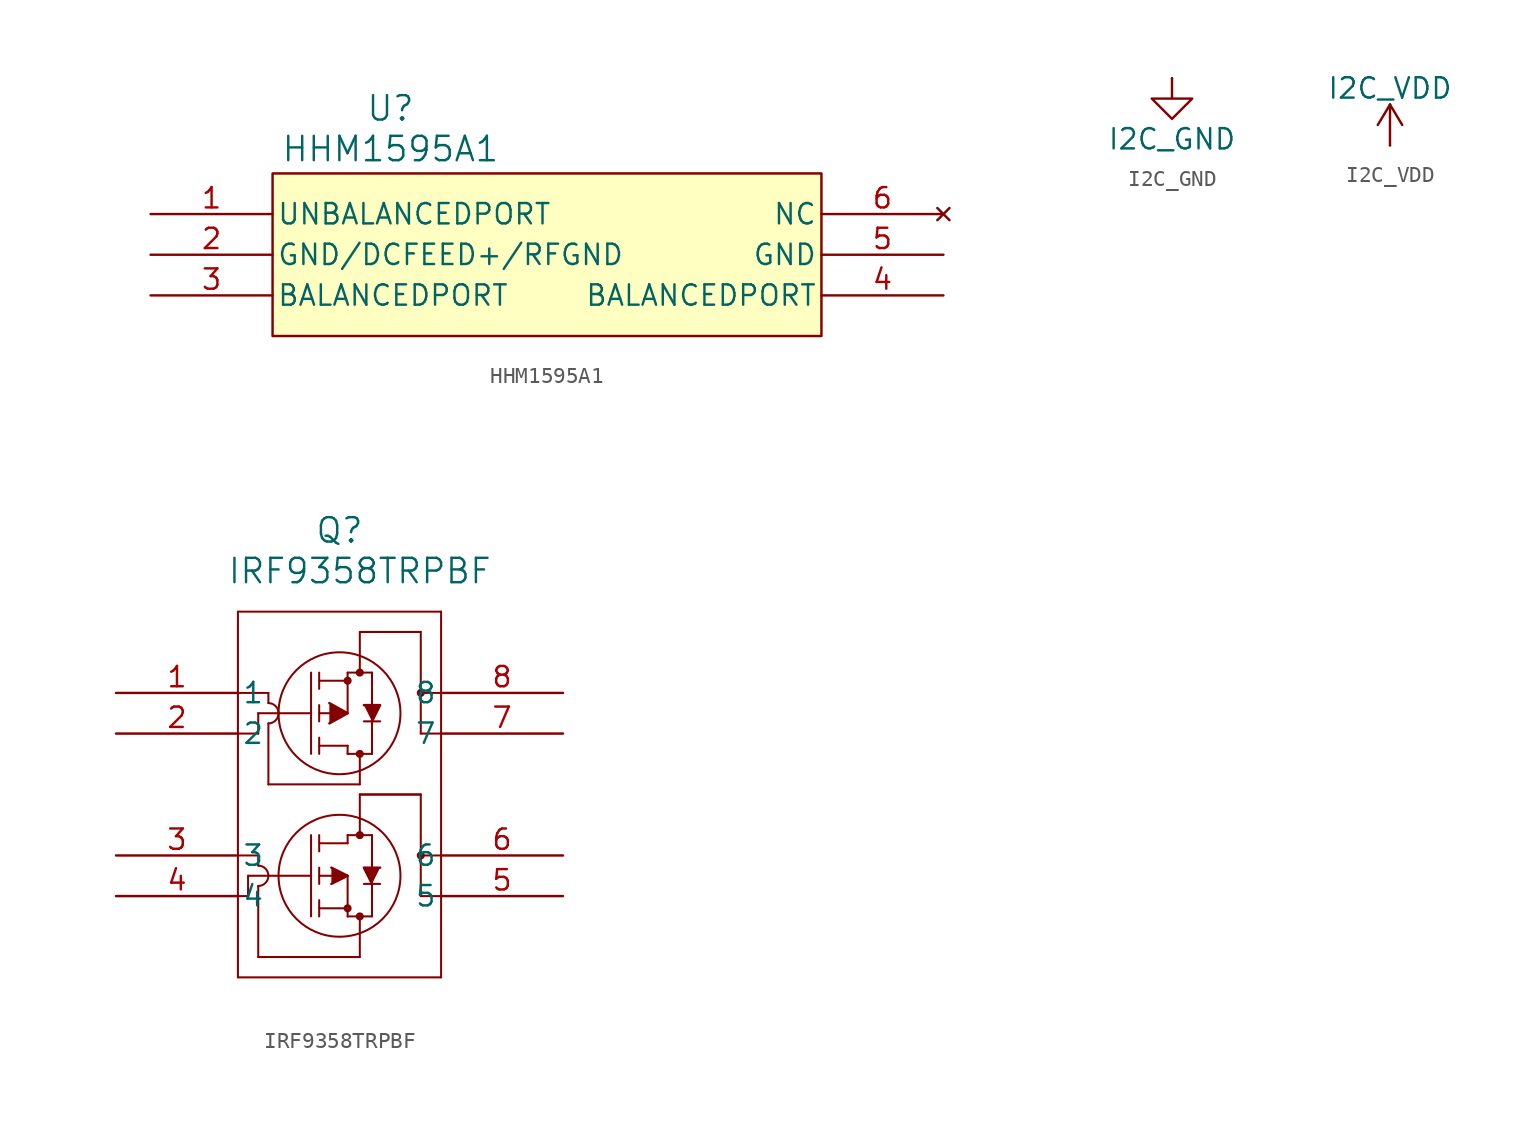
<source format=kicad_sym>
(kicad_symbol_lib
  (version 20241209)
  (generator "kicad_symbol_editor")
  (generator_version "9.0")
  (symbol "HHM1595A1"
    (pin_names
      (offset 0.254))
    (property "Reference" "U"
      (at 14.986 6.604 0)
      (effects (font (size 1.524 1.524))))
    (property "Value" "HHM1595A1"
      (at 14.986 4.064 0)
      (effects (font (size 1.524 1.524))))
    (property "ki_locked" ""
      (at 0 0 0)
      (effects (font (size 1.27 1.27))))
    (symbol "HHM1595A1_0_1"
      (pin unspecified line (at 0 0 0) (length 7.62) (name "UNBALANCEDPORT" (effects (font (size 1.27 1.27)))) (number "1" (effects (font (size 1.27 1.27)))))
      (pin unspecified line (at 0 -2.54 0) (length 7.62) (name "GND/DCFEED+/RFGND" (effects (font (size 1.27 1.27)))) (number "2" (effects (font (size 1.27 1.27)))))
      (pin unspecified line (at 0 -5.08 0) (length 7.62) (name "BALANCEDPORT" (effects (font (size 1.27 1.27)))) (number "3" (effects (font (size 1.27 1.27)))))
      (pin no_connect line (at 49.53 0 180) (length 7.62) (name "NC" (effects (font (size 1.27 1.27)))) (number "6" (effects (font (size 1.27 1.27)))))
      (pin power_in line (at 49.53 -2.54 180) (length 7.62) (name "GND" (effects (font (size 1.27 1.27)))) (number "5" (effects (font (size 1.27 1.27)))))
      (pin unspecified line (at 49.53 -5.08 180) (length 7.62) (name "BALANCEDPORT" (effects (font (size 1.27 1.27)))) (number "4" (effects (font (size 1.27 1.27))))))
    (symbol "HHM1595A1_1_1"
      (rectangle (start 7.62 2.54) (end 41.91 -7.62) (stroke (width 0) (type solid)) (fill (type background)))))
  (symbol "I2C_GND"
    (power)
    (pin_numbers
      (hide yes))
    (pin_names
      (offset 0)
      (hide yes))
    (property "Reference" "#PWR"
      (at 0 -6.35 0)
      (effects (font (size 1.27 1.27)) (hide yes)))
    (property "Value" "I2C_GND"
      (at 0 -3.81 0)
      (effects (font (size 1.27 1.27))))
    (symbol "I2C_GND_0_1"
      (polyline (pts (xy 0 0) (xy 0 -1.27) (xy 1.27 -1.27) (xy 0 -2.54) (xy -1.27 -1.27) (xy 0 -1.27)) (stroke (width 0) (type default)) (fill (type none))))
    (symbol "I2C_GND_1_1"
      (pin power_in line (at 0 0 270) (length 0) (name "~" (effects (font (size 1.27 1.27)))) (number "1" (effects (font (size 1.27 1.27)))))))
  (symbol "I2C_VDD"
    (power)
    (pin_numbers
      (hide yes))
    (pin_names
      (offset 0)
      (hide yes))
    (property "Reference" "#PWR"
      (at 0 -3.81 0)
      (effects (font (size 1.27 1.27)) (hide yes)))
    (property "Value" "I2C_VDD"
      (at 0 3.556 0)
      (effects (font (size 1.27 1.27))))
    (symbol "I2C_VDD_0_1"
      (polyline (pts (xy -0.762 1.27) (xy 0 2.54)) (stroke (width 0) (type default)) (fill (type none)))
      (polyline (pts (xy 0 2.54) (xy 0.762 1.27)) (stroke (width 0) (type default)) (fill (type none)))
      (polyline (pts (xy 0 0) (xy 0 2.54)) (stroke (width 0) (type default)) (fill (type none))))
    (symbol "I2C_VDD_1_1"
      (pin power_in line (at 0 0 90) (length 0) (name "~" (effects (font (size 1.27 1.27)))) (number "1" (effects (font (size 1.27 1.27)))))))
  (symbol "IRF9358TRPBF"
    (pin_names
      (offset 0.254))
    (property "Reference" "Q"
      (at 13.97 10.16 0)
      (effects (font (size 1.524 1.524))))
    (property "Value" "IRF9358TRPBF"
      (at 15.24 7.62 0)
      (effects (font (size 1.524 1.524))))
    (property "ki_locked" ""
      (at 0 0 0)
      (effects (font (size 1.27 1.27))))
    (symbol "IRF9358TRPBF_0_1"
      (polyline (pts (xy 7.62 5.08) (xy 7.62 -17.78)) (stroke (width 0.127) (type default)) (fill (type none)))
      (polyline (pts (xy 7.62 0) (xy 9.525 0)) (stroke (width 0.127) (type default)) (fill (type none)))
      (polyline (pts (xy 7.62 -2.54) (xy 8.89 -2.54)) (stroke (width 0.127) (type default)) (fill (type none)))
      (polyline (pts (xy 7.62 -10.16) (xy 8.89 -10.16)) (stroke (width 0.127) (type default)) (fill (type none)))
      (polyline (pts (xy 7.62 -12.7) (xy 8.255 -12.7)) (stroke (width 0.127) (type default)) (fill (type none)))
      (polyline (pts (xy 7.62 -17.78) (xy 20.32 -17.78)) (stroke (width 0.127) (type default)) (fill (type none)))
      (polyline (pts (xy 8.255 -11.43) (xy 12.192 -11.43)) (stroke (width 0.127) (type default)) (fill (type none)))
      (polyline (pts (xy 8.255 -12.7) (xy 8.255 -11.43)) (stroke (width 0.127) (type default)) (fill (type none)))
      (arc (start 8.89 -10.795) (mid 9.5222 -11.43) (end 8.89 -12.065) (stroke (width 0.127) (type default)) (fill (type none)))
      (polyline (pts (xy 8.89 -1.27) (xy 12.192 -1.27)) (stroke (width 0.127) (type default)) (fill (type none)))
      (polyline (pts (xy 8.89 -2.54) (xy 8.89 -1.27)) (stroke (width 0.127) (type default)) (fill (type none)))
      (polyline (pts (xy 8.89 -10.795) (xy 8.89 -10.16)) (stroke (width 0.127) (type default)) (fill (type none)))
      (polyline (pts (xy 8.89 -12.065) (xy 8.89 -16.51)) (stroke (width 0.127) (type default)) (fill (type none)))
      (polyline (pts (xy 8.89 -16.51) (xy 15.24 -16.51)) (stroke (width 0.127) (type default)) (fill (type none)))
      (arc (start 9.525 -0.635) (mid 10.1572 -1.27) (end 9.525 -1.905) (stroke (width 0.127) (type default)) (fill (type none)))
      (polyline (pts (xy 9.525 0) (xy 9.525 -0.635)) (stroke (width 0.127) (type default)) (fill (type none)))
      (polyline (pts (xy 9.525 -1.905) (xy 9.525 -5.715)) (stroke (width 0.127) (type default)) (fill (type none)))
      (polyline (pts (xy 12.192 1.27) (xy 12.192 -3.81)) (stroke (width 0.127) (type default)) (fill (type none)))
      (polyline (pts (xy 12.192 -13.97) (xy 12.192 -8.89)) (stroke (width 0.127) (type default)) (fill (type none)))
      (polyline (pts (xy 12.7 1.27) (xy 12.7 0.254)) (stroke (width 0.127) (type default)) (fill (type none)))
      (polyline (pts (xy 12.7 0.762) (xy 14.478 0.762)) (stroke (width 0.127) (type default)) (fill (type none)))
      (polyline (pts (xy 12.7 -0.762) (xy 12.7 -1.778)) (stroke (width 0.127) (type default)) (fill (type none)))
      (polyline (pts (xy 12.7 -1.27) (xy 14.478 -1.27)) (stroke (width 0.127) (type default)) (fill (type none)))
      (polyline (pts (xy 12.7 -2.794) (xy 12.7 -3.81)) (stroke (width 0.127) (type default)) (fill (type none)))
      (polyline (pts (xy 12.7 -3.302) (xy 14.478 -3.302)) (stroke (width 0.127) (type default)) (fill (type none)))
      (polyline (pts (xy 12.7 -9.398) (xy 14.478 -9.398)) (stroke (width 0.127) (type default)) (fill (type none)))
      (polyline (pts (xy 12.7 -9.906) (xy 12.7 -8.89)) (stroke (width 0.127) (type default)) (fill (type none)))
      (polyline (pts (xy 12.7 -11.43) (xy 14.478 -11.43)) (stroke (width 0.127) (type default)) (fill (type none)))
      (polyline (pts (xy 12.7 -11.938) (xy 12.7 -10.922)) (stroke (width 0.127) (type default)) (fill (type none)))
      (polyline (pts (xy 12.7 -13.462) (xy 14.478 -13.462)) (stroke (width 0.127) (type default)) (fill (type none)))
      (polyline (pts (xy 12.7 -13.97) (xy 12.7 -12.954)) (stroke (width 0.127) (type default)) (fill (type none)))
      (polyline (pts (xy 13.335 -1.905) (xy 14.478 -1.27) (xy 13.335 -0.635)) (stroke (width 0) (type default)) (fill (type outline)))
      (polyline (pts (xy 13.462 -10.922) (xy 14.478 -11.43) (xy 13.462 -11.938)) (stroke (width 0) (type default)) (fill (type outline)))
      (circle (center 13.97 -1.27) (radius 3.81) (stroke (width 0.127) (type default)) (fill (type none)))
      (circle (center 13.97 -11.43) (radius 3.81) (stroke (width 0.127) (type default)) (fill (type none)))
      (polyline (pts (xy 14.478 1.27) (xy 14.478 -1.27)) (stroke (width 0.127) (type default)) (fill (type none)))
      (polyline (pts (xy 14.478 1.27) (xy 16.002 1.27)) (stroke (width 0.127) (type default)) (fill (type none)))
      (circle (center 14.478 0.762) (radius 0.127) (stroke (width 0.254) (type default)) (fill (type none)))
      (polyline (pts (xy 14.478 -3.302) (xy 14.478 -3.81)) (stroke (width 0.127) (type default)) (fill (type none)))
      (polyline (pts (xy 14.478 -3.81) (xy 16.002 -3.81)) (stroke (width 0.127) (type default)) (fill (type none)))
      (polyline (pts (xy 14.478 -8.89) (xy 16.002 -8.89)) (stroke (width 0.127) (type default)) (fill (type none)))
      (polyline (pts (xy 14.478 -9.398) (xy 14.478 -8.89)) (stroke (width 0.127) (type default)) (fill (type none)))
      (circle (center 14.478 -13.462) (radius 0.127) (stroke (width 0.254) (type default)) (fill (type none)))
      (polyline (pts (xy 14.478 -13.97) (xy 14.478 -11.43)) (stroke (width 0.127) (type default)) (fill (type none)))
      (polyline (pts (xy 14.478 -13.97) (xy 16.002 -13.97)) (stroke (width 0.127) (type default)) (fill (type none)))
      (polyline (pts (xy 15.24 3.81) (xy 15.24 1.27)) (stroke (width 0.127) (type default)) (fill (type none)))
      (polyline (pts (xy 15.24 3.81) (xy 19.05 3.81)) (stroke (width 0.127) (type default)) (fill (type none)))
      (circle (center 15.24 1.27) (radius 0.127) (stroke (width 0.254) (type default)) (fill (type none)))
      (circle (center 15.24 -3.81) (radius 0.127) (stroke (width 0.254) (type default)) (fill (type none)))
      (polyline (pts (xy 15.24 -5.715) (xy 9.525 -5.715)) (stroke (width 0.127) (type default)) (fill (type none)))
      (polyline (pts (xy 15.24 -5.715) (xy 15.24 -3.81)) (stroke (width 0.127) (type default)) (fill (type none)))
      (polyline (pts (xy 15.24 -6.35) (xy 19.05 -6.35)) (stroke (width 0.127) (type default)) (fill (type none)))
      (polyline (pts (xy 15.24 -6.35) (xy 19.05 -6.35)) (stroke (width 0.127) (type default)) (fill (type none)))
      (polyline (pts (xy 15.24 -8.89) (xy 15.24 -6.35)) (stroke (width 0.127) (type default)) (fill (type none)))
      (circle (center 15.24 -8.89) (radius 0.127) (stroke (width 0.254) (type default)) (fill (type none)))
      (circle (center 15.24 -13.97) (radius 0.127) (stroke (width 0.254) (type default)) (fill (type none)))
      (polyline (pts (xy 15.24 -16.51) (xy 15.24 -13.97)) (stroke (width 0.127) (type default)) (fill (type none)))
      (polyline (pts (xy 15.494 -0.762) (xy 16.51 -0.762) (xy 16.002 -1.778)) (stroke (width 0) (type default)) (fill (type outline)))
      (polyline (pts (xy 15.494 -1.778) (xy 16.51 -1.778)) (stroke (width 0.127) (type default)) (fill (type none)))
      (polyline (pts (xy 16.002 1.27) (xy 16.002 -3.81)) (stroke (width 0.127) (type default)) (fill (type none)))
      (polyline (pts (xy 16.002 -13.97) (xy 16.002 -8.89)) (stroke (width 0.127) (type default)) (fill (type none)))
      (polyline (pts (xy 16.51 -10.922) (xy 15.494 -10.922) (xy 16.002 -11.938)) (stroke (width 0) (type default)) (fill (type outline)))
      (polyline (pts (xy 16.51 -11.938) (xy 15.494 -11.938)) (stroke (width 0.127) (type default)) (fill (type none)))
      (polyline (pts (xy 19.05 3.81) (xy 19.05 -2.54)) (stroke (width 0.127) (type default)) (fill (type none)))
      (polyline (pts (xy 19.05 0) (xy 20.32 0)) (stroke (width 0.127) (type default)) (fill (type none)))
      (circle (center 19.05 0) (radius 0.127) (stroke (width 0.254) (type default)) (fill (type none)))
      (polyline (pts (xy 19.05 -2.54) (xy 20.32 -2.54)) (stroke (width 0.127) (type default)) (fill (type none)))
      (polyline (pts (xy 19.05 -10.16) (xy 20.32 -10.16)) (stroke (width 0.127) (type default)) (fill (type none)))
      (circle (center 19.05 -10.16) (radius 0.127) (stroke (width 0.254) (type default)) (fill (type none)))
      (polyline (pts (xy 19.05 -12.7) (xy 19.05 -6.35)) (stroke (width 0.127) (type default)) (fill (type none)))
      (polyline (pts (xy 19.05 -12.7) (xy 20.32 -12.7)) (stroke (width 0.127) (type default)) (fill (type none)))
      (polyline (pts (xy 20.32 5.08) (xy 7.62 5.08)) (stroke (width 0.127) (type default)) (fill (type none)))
      (polyline (pts (xy 20.32 -17.78) (xy 20.32 5.08)) (stroke (width 0.127) (type default)) (fill (type none)))
      (pin unspecified line (at 0 0 0) (length 7.62) (name "1" (effects (font (size 1.27 1.27)))) (number "1" (effects (font (size 1.27 1.27)))))
      (pin unspecified line (at 0 -2.54 0) (length 7.62) (name "2" (effects (font (size 1.27 1.27)))) (number "2" (effects (font (size 1.27 1.27)))))
      (pin unspecified line (at 0 -10.16 0) (length 7.62) (name "3" (effects (font (size 1.27 1.27)))) (number "3" (effects (font (size 1.27 1.27)))))
      (pin unspecified line (at 0 -12.7 0) (length 7.62) (name "4" (effects (font (size 1.27 1.27)))) (number "4" (effects (font (size 1.27 1.27)))))
      (pin unspecified line (at 27.94 0 180) (length 7.62) (name "8" (effects (font (size 1.27 1.27)))) (number "8" (effects (font (size 1.27 1.27)))))
      (pin unspecified line (at 27.94 -2.54 180) (length 7.62) (name "7" (effects (font (size 1.27 1.27)))) (number "7" (effects (font (size 1.27 1.27)))))
      (pin unspecified line (at 27.94 -10.16 180) (length 7.62) (name "6" (effects (font (size 1.27 1.27)))) (number "6" (effects (font (size 1.27 1.27)))))
      (pin unspecified line (at 27.94 -12.7 180) (length 7.62) (name "5" (effects (font (size 1.27 1.27)))) (number "5" (effects (font (size 1.27 1.27))))))))
</source>
